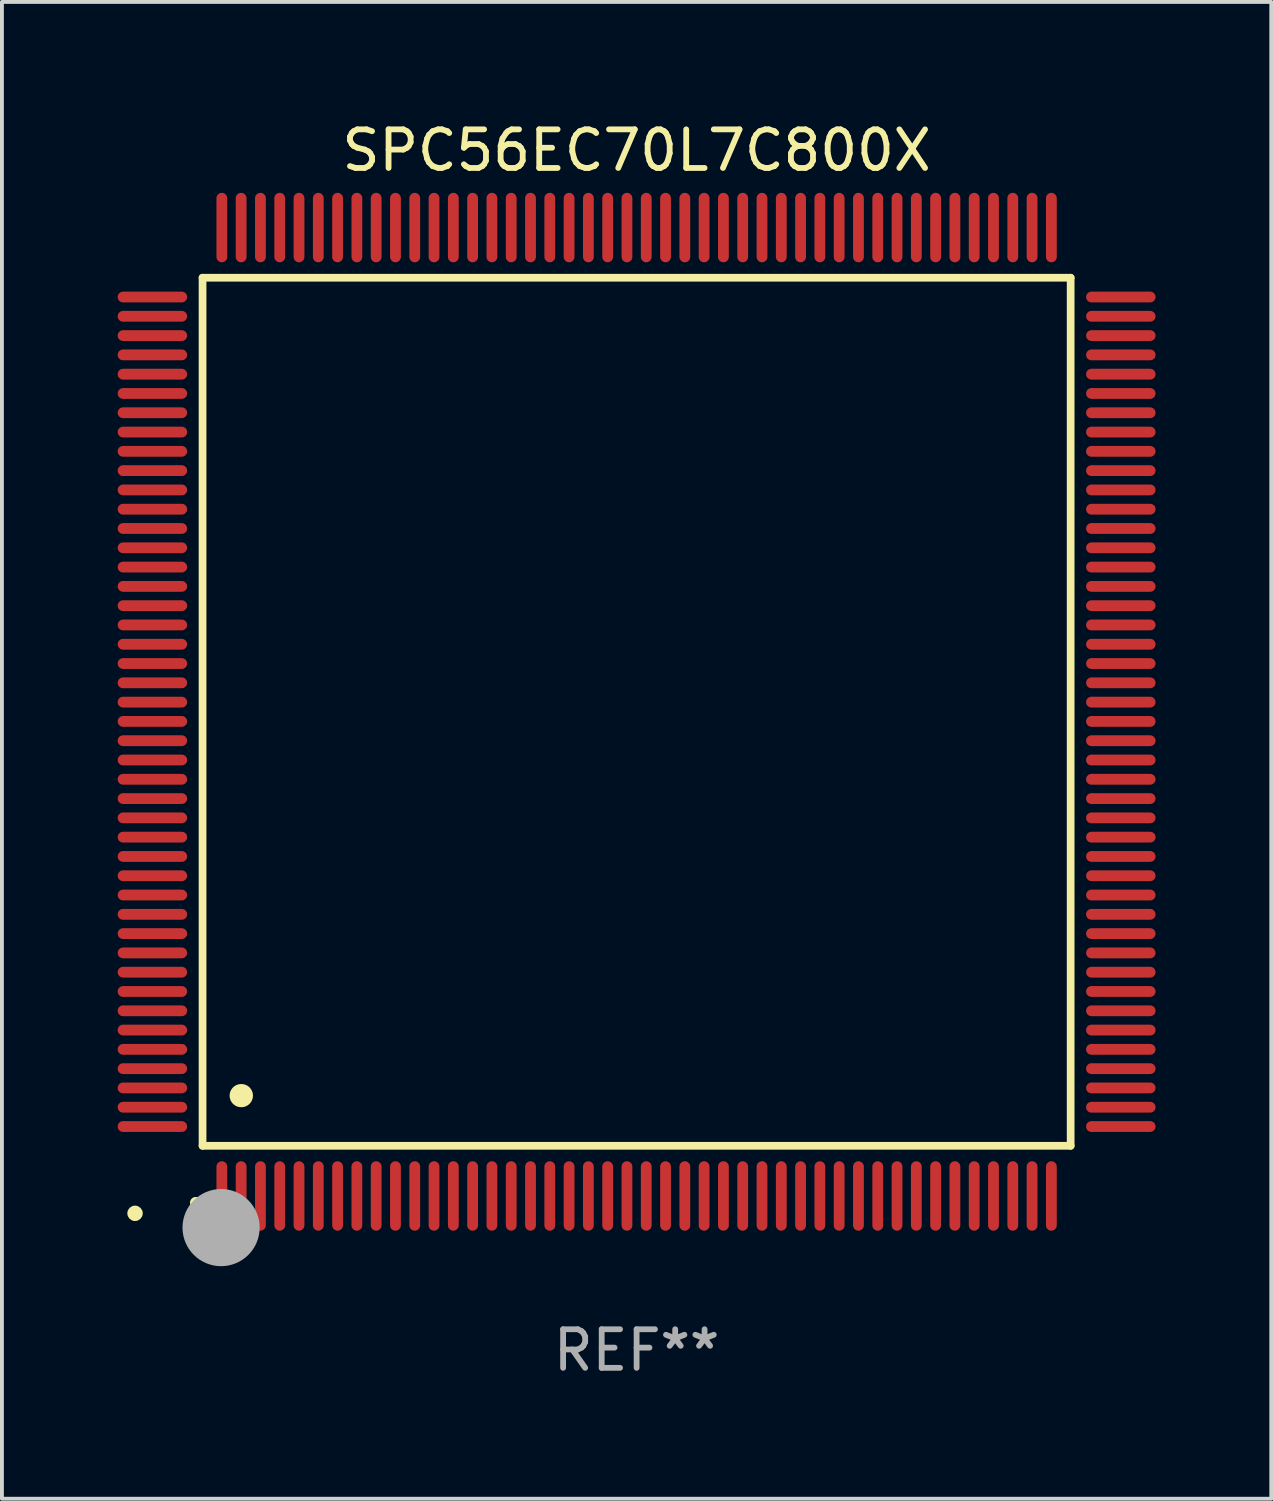
<source format=kicad_pcb>
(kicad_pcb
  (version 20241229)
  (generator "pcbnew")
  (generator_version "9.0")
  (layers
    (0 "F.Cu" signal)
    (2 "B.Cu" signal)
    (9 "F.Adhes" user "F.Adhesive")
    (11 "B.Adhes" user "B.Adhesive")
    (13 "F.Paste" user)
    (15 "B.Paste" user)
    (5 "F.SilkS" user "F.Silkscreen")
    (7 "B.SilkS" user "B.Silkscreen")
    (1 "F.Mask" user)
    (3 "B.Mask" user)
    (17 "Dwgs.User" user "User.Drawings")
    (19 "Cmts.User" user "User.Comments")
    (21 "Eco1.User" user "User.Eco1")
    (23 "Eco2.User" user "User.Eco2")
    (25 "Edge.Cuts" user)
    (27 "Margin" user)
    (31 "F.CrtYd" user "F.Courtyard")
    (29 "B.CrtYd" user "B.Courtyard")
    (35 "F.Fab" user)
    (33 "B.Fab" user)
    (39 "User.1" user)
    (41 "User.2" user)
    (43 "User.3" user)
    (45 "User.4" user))
  (footprint "SPC56EC70L7C800X"
    (layer "F.Cu")
    (at 13.45 15.398)
    (property "Reference" "SPC56EC70L7C800X" (at 0 -14.55 0) (layer "F.SilkS") (effects (font (size 1 1) (thickness 0.15))))
    (attr through_hole)
    (fp_line (start -11.25 -11.25) (end 11.25 -11.25) (stroke (width 0.2) (type solid)) (layer "F.SilkS"))
    (fp_line (start -11.25 11.25) (end -11.25 -11.25) (stroke (width 0.2) (type solid)) (layer "F.SilkS"))
    (fp_line (start 11.25 -11.25) (end 11.25 11.25) (stroke (width 0.2) (type solid)) (layer "F.SilkS"))
    (fp_line (start 11.25 11.25) (end -11.25 11.25) (stroke (width 0.2) (type solid)) (layer "F.SilkS"))
    (fp_arc (start -11.424943 12.725425) (mid -11.423673 12.72542) (end -11.422403 12.725425) (stroke (width 0.3) (type solid)) (layer "F.SilkS"))
    (fp_arc (start -10.24892 9.9492) (mid -10.24638 9.949189) (end -10.24384 9.9492) (stroke (width 0.6) (type solid)) (layer "F.SilkS"))
    (fp_circle (center -13 13) (end -12.9 13) (stroke (width 0.2) (type solid)) (fill no) (layer "F.SilkS"))
    (fp_circle (center -10.77 13.37) (end -10.27 13.37) (stroke (width 1) (type solid)) (fill no) (layer "F.Fab"))
    (fp_text user "REF**" (at 0 16.55 0) (layer "F.Fab") (effects (font (size 1 1) (thickness 0.15))))
    (pad "1" smd oval (at -10.75 12.55) (size 0.28 1.8) (layers "F.Cu" "F.Mask" "F.Paste"))
    (pad "2" smd oval (at -10.25 12.55) (size 0.28 1.8) (layers "F.Cu" "F.Mask" "F.Paste"))
    (pad "3" smd oval (at -9.75 12.55) (size 0.28 1.8) (layers "F.Cu" "F.Mask" "F.Paste"))
    (pad "4" smd oval (at -9.25 12.55) (size 0.28 1.8) (layers "F.Cu" "F.Mask" "F.Paste"))
    (pad "5" smd oval (at -8.75 12.55) (size 0.28 1.8) (layers "F.Cu" "F.Mask" "F.Paste"))
    (pad "6" smd oval (at -8.25 12.55) (size 0.28 1.8) (layers "F.Cu" "F.Mask" "F.Paste"))
    (pad "7" smd oval (at -7.75 12.55) (size 0.28 1.8) (layers "F.Cu" "F.Mask" "F.Paste"))
    (pad "8" smd oval (at -7.25 12.55) (size 0.28 1.8) (layers "F.Cu" "F.Mask" "F.Paste"))
    (pad "9" smd oval (at -6.75 12.55) (size 0.28 1.8) (layers "F.Cu" "F.Mask" "F.Paste"))
    (pad "10" smd oval (at -6.25 12.55) (size 0.28 1.8) (layers "F.Cu" "F.Mask" "F.Paste"))
    (pad "11" smd oval (at -5.75 12.55) (size 0.28 1.8) (layers "F.Cu" "F.Mask" "F.Paste"))
    (pad "12" smd oval (at -5.25 12.55) (size 0.28 1.8) (layers "F.Cu" "F.Mask" "F.Paste"))
    (pad "13" smd oval (at -4.75 12.55) (size 0.28 1.8) (layers "F.Cu" "F.Mask" "F.Paste"))
    (pad "14" smd oval (at -4.25 12.55) (size 0.28 1.8) (layers "F.Cu" "F.Mask" "F.Paste"))
    (pad "15" smd oval (at -3.75 12.55) (size 0.28 1.8) (layers "F.Cu" "F.Mask" "F.Paste"))
    (pad "16" smd oval (at -3.25 12.55) (size 0.28 1.8) (layers "F.Cu" "F.Mask" "F.Paste"))
    (pad "17" smd oval (at -2.75 12.55) (size 0.28 1.8) (layers "F.Cu" "F.Mask" "F.Paste"))
    (pad "18" smd oval (at -2.25 12.55) (size 0.28 1.8) (layers "F.Cu" "F.Mask" "F.Paste"))
    (pad "19" smd oval (at -1.75 12.55) (size 0.28 1.8) (layers "F.Cu" "F.Mask" "F.Paste"))
    (pad "20" smd oval (at -1.25 12.55) (size 0.28 1.8) (layers "F.Cu" "F.Mask" "F.Paste"))
    (pad "21" smd oval (at -0.75 12.55) (size 0.28 1.8) (layers "F.Cu" "F.Mask" "F.Paste"))
    (pad "22" smd oval (at -0.25 12.55) (size 0.28 1.8) (layers "F.Cu" "F.Mask" "F.Paste"))
    (pad "23" smd oval (at 0.25 12.55) (size 0.28 1.8) (layers "F.Cu" "F.Mask" "F.Paste"))
    (pad "24" smd oval (at 0.75 12.55) (size 0.28 1.8) (layers "F.Cu" "F.Mask" "F.Paste"))
    (pad "25" smd oval (at 1.25 12.55) (size 0.28 1.8) (layers "F.Cu" "F.Mask" "F.Paste"))
    (pad "26" smd oval (at 1.75 12.55) (size 0.28 1.8) (layers "F.Cu" "F.Mask" "F.Paste"))
    (pad "27" smd oval (at 2.25 12.55) (size 0.28 1.8) (layers "F.Cu" "F.Mask" "F.Paste"))
    (pad "28" smd oval (at 2.75 12.55) (size 0.28 1.8) (layers "F.Cu" "F.Mask" "F.Paste"))
    (pad "29" smd oval (at 3.25 12.55) (size 0.28 1.8) (layers "F.Cu" "F.Mask" "F.Paste"))
    (pad "30" smd oval (at 3.75 12.55) (size 0.28 1.8) (layers "F.Cu" "F.Mask" "F.Paste"))
    (pad "31" smd oval (at 4.25 12.55) (size 0.28 1.8) (layers "F.Cu" "F.Mask" "F.Paste"))
    (pad "32" smd oval (at 4.75 12.55) (size 0.28 1.8) (layers "F.Cu" "F.Mask" "F.Paste"))
    (pad "33" smd oval (at 5.25 12.55) (size 0.28 1.8) (layers "F.Cu" "F.Mask" "F.Paste"))
    (pad "34" smd oval (at 5.75 12.55) (size 0.28 1.8) (layers "F.Cu" "F.Mask" "F.Paste"))
    (pad "35" smd oval (at 6.25 12.55) (size 0.28 1.8) (layers "F.Cu" "F.Mask" "F.Paste"))
    (pad "36" smd oval (at 6.75 12.55) (size 0.28 1.8) (layers "F.Cu" "F.Mask" "F.Paste"))
    (pad "37" smd oval (at 7.25 12.55) (size 0.28 1.8) (layers "F.Cu" "F.Mask" "F.Paste"))
    (pad "38" smd oval (at 7.75 12.55) (size 0.28 1.8) (layers "F.Cu" "F.Mask" "F.Paste"))
    (pad "39" smd oval (at 8.25 12.55) (size 0.28 1.8) (layers "F.Cu" "F.Mask" "F.Paste"))
    (pad "40" smd oval (at 8.75 12.55) (size 0.28 1.8) (layers "F.Cu" "F.Mask" "F.Paste"))
    (pad "41" smd oval (at 9.25 12.55) (size 0.28 1.8) (layers "F.Cu" "F.Mask" "F.Paste"))
    (pad "42" smd oval (at 9.75 12.55) (size 0.28 1.8) (layers "F.Cu" "F.Mask" "F.Paste"))
    (pad "43" smd oval (at 10.25 12.55) (size 0.28 1.8) (layers "F.Cu" "F.Mask" "F.Paste"))
    (pad "44" smd oval (at 10.75 12.55) (size 0.28 1.8) (layers "F.Cu" "F.Mask" "F.Paste"))
    (pad "45" smd oval (at 12.55 10.75) (size 1.8 0.28) (layers "F.Cu" "F.Mask" "F.Paste"))
    (pad "46" smd oval (at 12.55 10.25) (size 1.8 0.28) (layers "F.Cu" "F.Mask" "F.Paste"))
    (pad "47" smd oval (at 12.55 9.75) (size 1.8 0.28) (layers "F.Cu" "F.Mask" "F.Paste"))
    (pad "48" smd oval (at 12.55 9.25) (size 1.8 0.28) (layers "F.Cu" "F.Mask" "F.Paste"))
    (pad "49" smd oval (at 12.55 8.75) (size 1.8 0.28) (layers "F.Cu" "F.Mask" "F.Paste"))
    (pad "50" smd oval (at 12.55 8.25) (size 1.8 0.28) (layers "F.Cu" "F.Mask" "F.Paste"))
    (pad "51" smd oval (at 12.55 7.75) (size 1.8 0.28) (layers "F.Cu" "F.Mask" "F.Paste"))
    (pad "52" smd oval (at 12.55 7.25) (size 1.8 0.28) (layers "F.Cu" "F.Mask" "F.Paste"))
    (pad "53" smd oval (at 12.55 6.75) (size 1.8 0.28) (layers "F.Cu" "F.Mask" "F.Paste"))
    (pad "54" smd oval (at 12.55 6.25) (size 1.8 0.28) (layers "F.Cu" "F.Mask" "F.Paste"))
    (pad "55" smd oval (at 12.55 5.75) (size 1.8 0.28) (layers "F.Cu" "F.Mask" "F.Paste"))
    (pad "56" smd oval (at 12.55 5.25) (size 1.8 0.28) (layers "F.Cu" "F.Mask" "F.Paste"))
    (pad "57" smd oval (at 12.55 4.75) (size 1.8 0.28) (layers "F.Cu" "F.Mask" "F.Paste"))
    (pad "58" smd oval (at 12.55 4.25) (size 1.8 0.28) (layers "F.Cu" "F.Mask" "F.Paste"))
    (pad "59" smd oval (at 12.55 3.75) (size 1.8 0.28) (layers "F.Cu" "F.Mask" "F.Paste"))
    (pad "60" smd oval (at 12.55 3.25) (size 1.8 0.28) (layers "F.Cu" "F.Mask" "F.Paste"))
    (pad "61" smd oval (at 12.55 2.75) (size 1.8 0.28) (layers "F.Cu" "F.Mask" "F.Paste"))
    (pad "62" smd oval (at 12.55 2.25) (size 1.8 0.28) (layers "F.Cu" "F.Mask" "F.Paste"))
    (pad "63" smd oval (at 12.55 1.75) (size 1.8 0.28) (layers "F.Cu" "F.Mask" "F.Paste"))
    (pad "64" smd oval (at 12.55 1.25) (size 1.8 0.28) (layers "F.Cu" "F.Mask" "F.Paste"))
    (pad "65" smd oval (at 12.55 0.75) (size 1.8 0.28) (layers "F.Cu" "F.Mask" "F.Paste"))
    (pad "66" smd oval (at 12.55 0.25) (size 1.8 0.28) (layers "F.Cu" "F.Mask" "F.Paste"))
    (pad "67" smd oval (at 12.55 -0.25) (size 1.8 0.28) (layers "F.Cu" "F.Mask" "F.Paste"))
    (pad "68" smd oval (at 12.55 -0.75) (size 1.8 0.28) (layers "F.Cu" "F.Mask" "F.Paste"))
    (pad "69" smd oval (at 12.55 -1.25) (size 1.8 0.28) (layers "F.Cu" "F.Mask" "F.Paste"))
    (pad "70" smd oval (at 12.55 -1.75) (size 1.8 0.28) (layers "F.Cu" "F.Mask" "F.Paste"))
    (pad "71" smd oval (at 12.55 -2.25) (size 1.8 0.28) (layers "F.Cu" "F.Mask" "F.Paste"))
    (pad "72" smd oval (at 12.55 -2.75) (size 1.8 0.28) (layers "F.Cu" "F.Mask" "F.Paste"))
    (pad "73" smd oval (at 12.55 -3.25) (size 1.8 0.28) (layers "F.Cu" "F.Mask" "F.Paste"))
    (pad "74" smd oval (at 12.55 -3.75) (size 1.8 0.28) (layers "F.Cu" "F.Mask" "F.Paste"))
    (pad "75" smd oval (at 12.55 -4.25) (size 1.8 0.28) (layers "F.Cu" "F.Mask" "F.Paste"))
    (pad "76" smd oval (at 12.55 -4.75) (size 1.8 0.28) (layers "F.Cu" "F.Mask" "F.Paste"))
    (pad "77" smd oval (at 12.55 -5.25) (size 1.8 0.28) (layers "F.Cu" "F.Mask" "F.Paste"))
    (pad "78" smd oval (at 12.55 -5.75) (size 1.8 0.28) (layers "F.Cu" "F.Mask" "F.Paste"))
    (pad "79" smd oval (at 12.55 -6.25) (size 1.8 0.28) (layers "F.Cu" "F.Mask" "F.Paste"))
    (pad "80" smd oval (at 12.55 -6.75) (size 1.8 0.28) (layers "F.Cu" "F.Mask" "F.Paste"))
    (pad "81" smd oval (at 12.55 -7.25) (size 1.8 0.28) (layers "F.Cu" "F.Mask" "F.Paste"))
    (pad "82" smd oval (at 12.55 -7.75) (size 1.8 0.28) (layers "F.Cu" "F.Mask" "F.Paste"))
    (pad "83" smd oval (at 12.55 -8.25) (size 1.8 0.28) (layers "F.Cu" "F.Mask" "F.Paste"))
    (pad "84" smd oval (at 12.55 -8.75) (size 1.8 0.28) (layers "F.Cu" "F.Mask" "F.Paste"))
    (pad "85" smd oval (at 12.55 -9.25) (size 1.8 0.28) (layers "F.Cu" "F.Mask" "F.Paste"))
    (pad "86" smd oval (at 12.55 -9.75) (size 1.8 0.28) (layers "F.Cu" "F.Mask" "F.Paste"))
    (pad "87" smd oval (at 12.55 -10.25) (size 1.8 0.28) (layers "F.Cu" "F.Mask" "F.Paste"))
    (pad "88" smd oval (at 12.55 -10.75) (size 1.8 0.28) (layers "F.Cu" "F.Mask" "F.Paste"))
    (pad "89" smd oval (at 10.75 -12.55) (size 0.28 1.8) (layers "F.Cu" "F.Mask" "F.Paste"))
    (pad "90" smd oval (at 10.25 -12.55) (size 0.28 1.8) (layers "F.Cu" "F.Mask" "F.Paste"))
    (pad "91" smd oval (at 9.75 -12.55) (size 0.28 1.8) (layers "F.Cu" "F.Mask" "F.Paste"))
    (pad "92" smd oval (at 9.25 -12.55) (size 0.28 1.8) (layers "F.Cu" "F.Mask" "F.Paste"))
    (pad "93" smd oval (at 8.75 -12.55) (size 0.28 1.8) (layers "F.Cu" "F.Mask" "F.Paste"))
    (pad "94" smd oval (at 8.25 -12.55) (size 0.28 1.8) (layers "F.Cu" "F.Mask" "F.Paste"))
    (pad "95" smd oval (at 7.75 -12.55) (size 0.28 1.8) (layers "F.Cu" "F.Mask" "F.Paste"))
    (pad "96" smd oval (at 7.25 -12.55) (size 0.28 1.8) (layers "F.Cu" "F.Mask" "F.Paste"))
    (pad "97" smd oval (at 6.75 -12.55) (size 0.28 1.8) (layers "F.Cu" "F.Mask" "F.Paste"))
    (pad "98" smd oval (at 6.25 -12.55) (size 0.28 1.8) (layers "F.Cu" "F.Mask" "F.Paste"))
    (pad "99" smd oval (at 5.75 -12.55) (size 0.28 1.8) (layers "F.Cu" "F.Mask" "F.Paste"))
    (pad "100" smd oval (at 5.25 -12.55) (size 0.28 1.8) (layers "F.Cu" "F.Mask" "F.Paste"))
    (pad "101" smd oval (at 4.75 -12.55) (size 0.28 1.8) (layers "F.Cu" "F.Mask" "F.Paste"))
    (pad "102" smd oval (at 4.25 -12.55) (size 0.28 1.8) (layers "F.Cu" "F.Mask" "F.Paste"))
    (pad "103" smd oval (at 3.75 -12.55) (size 0.28 1.8) (layers "F.Cu" "F.Mask" "F.Paste"))
    (pad "104" smd oval (at 3.25 -12.55) (size 0.28 1.8) (layers "F.Cu" "F.Mask" "F.Paste"))
    (pad "105" smd oval (at 2.75 -12.55) (size 0.28 1.8) (layers "F.Cu" "F.Mask" "F.Paste"))
    (pad "106" smd oval (at 2.25 -12.55) (size 0.28 1.8) (layers "F.Cu" "F.Mask" "F.Paste"))
    (pad "107" smd oval (at 1.75 -12.55) (size 0.28 1.8) (layers "F.Cu" "F.Mask" "F.Paste"))
    (pad "108" smd oval (at 1.25 -12.55) (size 0.28 1.8) (layers "F.Cu" "F.Mask" "F.Paste"))
    (pad "109" smd oval (at 0.75 -12.55) (size 0.28 1.8) (layers "F.Cu" "F.Mask" "F.Paste"))
    (pad "110" smd oval (at 0.25 -12.55) (size 0.28 1.8) (layers "F.Cu" "F.Mask" "F.Paste"))
    (pad "111" smd oval (at -0.25 -12.55) (size 0.28 1.8) (layers "F.Cu" "F.Mask" "F.Paste"))
    (pad "112" smd oval (at -0.75 -12.55) (size 0.28 1.8) (layers "F.Cu" "F.Mask" "F.Paste"))
    (pad "113" smd oval (at -1.25 -12.55) (size 0.28 1.8) (layers "F.Cu" "F.Mask" "F.Paste"))
    (pad "114" smd oval (at -1.75 -12.55) (size 0.28 1.8) (layers "F.Cu" "F.Mask" "F.Paste"))
    (pad "115" smd oval (at -2.25 -12.55) (size 0.28 1.8) (layers "F.Cu" "F.Mask" "F.Paste"))
    (pad "116" smd oval (at -2.75 -12.55) (size 0.28 1.8) (layers "F.Cu" "F.Mask" "F.Paste"))
    (pad "117" smd oval (at -3.25 -12.55) (size 0.28 1.8) (layers "F.Cu" "F.Mask" "F.Paste"))
    (pad "118" smd oval (at -3.75 -12.55) (size 0.28 1.8) (layers "F.Cu" "F.Mask" "F.Paste"))
    (pad "119" smd oval (at -4.25 -12.55) (size 0.28 1.8) (layers "F.Cu" "F.Mask" "F.Paste"))
    (pad "120" smd oval (at -4.75 -12.55) (size 0.28 1.8) (layers "F.Cu" "F.Mask" "F.Paste"))
    (pad "121" smd oval (at -5.25 -12.55) (size 0.28 1.8) (layers "F.Cu" "F.Mask" "F.Paste"))
    (pad "122" smd oval (at -5.75 -12.55) (size 0.28 1.8) (layers "F.Cu" "F.Mask" "F.Paste"))
    (pad "123" smd oval (at -6.25 -12.55) (size 0.28 1.8) (layers "F.Cu" "F.Mask" "F.Paste"))
    (pad "124" smd oval (at -6.75 -12.55) (size 0.28 1.8) (layers "F.Cu" "F.Mask" "F.Paste"))
    (pad "125" smd oval (at -7.25 -12.55) (size 0.28 1.8) (layers "F.Cu" "F.Mask" "F.Paste"))
    (pad "126" smd oval (at -7.75 -12.55) (size 0.28 1.8) (layers "F.Cu" "F.Mask" "F.Paste"))
    (pad "127" smd oval (at -8.25 -12.55) (size 0.28 1.8) (layers "F.Cu" "F.Mask" "F.Paste"))
    (pad "128" smd oval (at -8.75 -12.55) (size 0.28 1.8) (layers "F.Cu" "F.Mask" "F.Paste"))
    (pad "129" smd oval (at -9.25 -12.55) (size 0.28 1.8) (layers "F.Cu" "F.Mask" "F.Paste"))
    (pad "130" smd oval (at -9.75 -12.55) (size 0.28 1.8) (layers "F.Cu" "F.Mask" "F.Paste"))
    (pad "131" smd oval (at -10.25 -12.55) (size 0.28 1.8) (layers "F.Cu" "F.Mask" "F.Paste"))
    (pad "132" smd oval (at -10.75 -12.55) (size 0.28 1.8) (layers "F.Cu" "F.Mask" "F.Paste"))
    (pad "133" smd oval (at -12.55 -10.75) (size 1.8 0.28) (layers "F.Cu" "F.Mask" "F.Paste"))
    (pad "134" smd oval (at -12.55 -10.25) (size 1.8 0.28) (layers "F.Cu" "F.Mask" "F.Paste"))
    (pad "135" smd oval (at -12.55 -9.75) (size 1.8 0.28) (layers "F.Cu" "F.Mask" "F.Paste"))
    (pad "136" smd oval (at -12.55 -9.25) (size 1.8 0.28) (layers "F.Cu" "F.Mask" "F.Paste"))
    (pad "137" smd oval (at -12.55 -8.75) (size 1.8 0.28) (layers "F.Cu" "F.Mask" "F.Paste"))
    (pad "138" smd oval (at -12.55 -8.25) (size 1.8 0.28) (layers "F.Cu" "F.Mask" "F.Paste"))
    (pad "139" smd oval (at -12.55 -7.75) (size 1.8 0.28) (layers "F.Cu" "F.Mask" "F.Paste"))
    (pad "140" smd oval (at -12.55 -7.25) (size 1.8 0.28) (layers "F.Cu" "F.Mask" "F.Paste"))
    (pad "141" smd oval (at -12.55 -6.75) (size 1.8 0.28) (layers "F.Cu" "F.Mask" "F.Paste"))
    (pad "142" smd oval (at -12.55 -6.25) (size 1.8 0.28) (layers "F.Cu" "F.Mask" "F.Paste"))
    (pad "143" smd oval (at -12.55 -5.75) (size 1.8 0.28) (layers "F.Cu" "F.Mask" "F.Paste"))
    (pad "144" smd oval (at -12.55 -5.25) (size 1.8 0.28) (layers "F.Cu" "F.Mask" "F.Paste"))
    (pad "145" smd oval (at -12.55 -4.75) (size 1.8 0.28) (layers "F.Cu" "F.Mask" "F.Paste"))
    (pad "146" smd oval (at -12.55 -4.25) (size 1.8 0.28) (layers "F.Cu" "F.Mask" "F.Paste"))
    (pad "147" smd oval (at -12.55 -3.75) (size 1.8 0.28) (layers "F.Cu" "F.Mask" "F.Paste"))
    (pad "148" smd oval (at -12.55 -3.25) (size 1.8 0.28) (layers "F.Cu" "F.Mask" "F.Paste"))
    (pad "149" smd oval (at -12.55 -2.75) (size 1.8 0.28) (layers "F.Cu" "F.Mask" "F.Paste"))
    (pad "150" smd oval (at -12.55 -2.25) (size 1.8 0.28) (layers "F.Cu" "F.Mask" "F.Paste"))
    (pad "151" smd oval (at -12.55 -1.75) (size 1.8 0.28) (layers "F.Cu" "F.Mask" "F.Paste"))
    (pad "152" smd oval (at -12.55 -1.25) (size 1.8 0.28) (layers "F.Cu" "F.Mask" "F.Paste"))
    (pad "153" smd oval (at -12.55 -0.75) (size 1.8 0.28) (layers "F.Cu" "F.Mask" "F.Paste"))
    (pad "154" smd oval (at -12.55 -0.25) (size 1.8 0.28) (layers "F.Cu" "F.Mask" "F.Paste"))
    (pad "155" smd oval (at -12.55 0.25) (size 1.8 0.28) (layers "F.Cu" "F.Mask" "F.Paste"))
    (pad "156" smd oval (at -12.55 0.75) (size 1.8 0.28) (layers "F.Cu" "F.Mask" "F.Paste"))
    (pad "157" smd oval (at -12.55 1.25) (size 1.8 0.28) (layers "F.Cu" "F.Mask" "F.Paste"))
    (pad "158" smd oval (at -12.55 1.75) (size 1.8 0.28) (layers "F.Cu" "F.Mask" "F.Paste"))
    (pad "159" smd oval (at -12.55 2.25) (size 1.8 0.28) (layers "F.Cu" "F.Mask" "F.Paste"))
    (pad "160" smd oval (at -12.55 2.75) (size 1.8 0.28) (layers "F.Cu" "F.Mask" "F.Paste"))
    (pad "161" smd oval (at -12.55 3.25) (size 1.8 0.28) (layers "F.Cu" "F.Mask" "F.Paste"))
    (pad "162" smd oval (at -12.55 3.75) (size 1.8 0.28) (layers "F.Cu" "F.Mask" "F.Paste"))
    (pad "163" smd oval (at -12.55 4.25) (size 1.8 0.28) (layers "F.Cu" "F.Mask" "F.Paste"))
    (pad "164" smd oval (at -12.55 4.75) (size 1.8 0.28) (layers "F.Cu" "F.Mask" "F.Paste"))
    (pad "165" smd oval (at -12.55 5.25) (size 1.8 0.28) (layers "F.Cu" "F.Mask" "F.Paste"))
    (pad "166" smd oval (at -12.55 5.75) (size 1.8 0.28) (layers "F.Cu" "F.Mask" "F.Paste"))
    (pad "167" smd oval (at -12.55 6.25) (size 1.8 0.28) (layers "F.Cu" "F.Mask" "F.Paste"))
    (pad "168" smd oval (at -12.55 6.75) (size 1.8 0.28) (layers "F.Cu" "F.Mask" "F.Paste"))
    (pad "169" smd oval (at -12.55 7.25) (size 1.8 0.28) (layers "F.Cu" "F.Mask" "F.Paste"))
    (pad "170" smd oval (at -12.55 7.75) (size 1.8 0.28) (layers "F.Cu" "F.Mask" "F.Paste"))
    (pad "171" smd oval (at -12.55 8.25) (size 1.8 0.28) (layers "F.Cu" "F.Mask" "F.Paste"))
    (pad "172" smd oval (at -12.55 8.75) (size 1.8 0.28) (layers "F.Cu" "F.Mask" "F.Paste"))
    (pad "173" smd oval (at -12.55 9.25) (size 1.8 0.28) (layers "F.Cu" "F.Mask" "F.Paste"))
    (pad "174" smd oval (at -12.55 9.75) (size 1.8 0.28) (layers "F.Cu" "F.Mask" "F.Paste"))
    (pad "175" smd oval (at -12.55 10.25) (size 1.8 0.28) (layers "F.Cu" "F.Mask" "F.Paste"))
    (pad "176" smd oval (at -12.55 10.75) (size 1.8 0.28) (layers "F.Cu" "F.Mask" "F.Paste")))
  (gr_rect
    (start -3 -3)
    (end 29.9 35.796)
    (stroke (width 0.1) (type default))
    (fill no)
    (layer "Edge.Cuts")))
</source>
